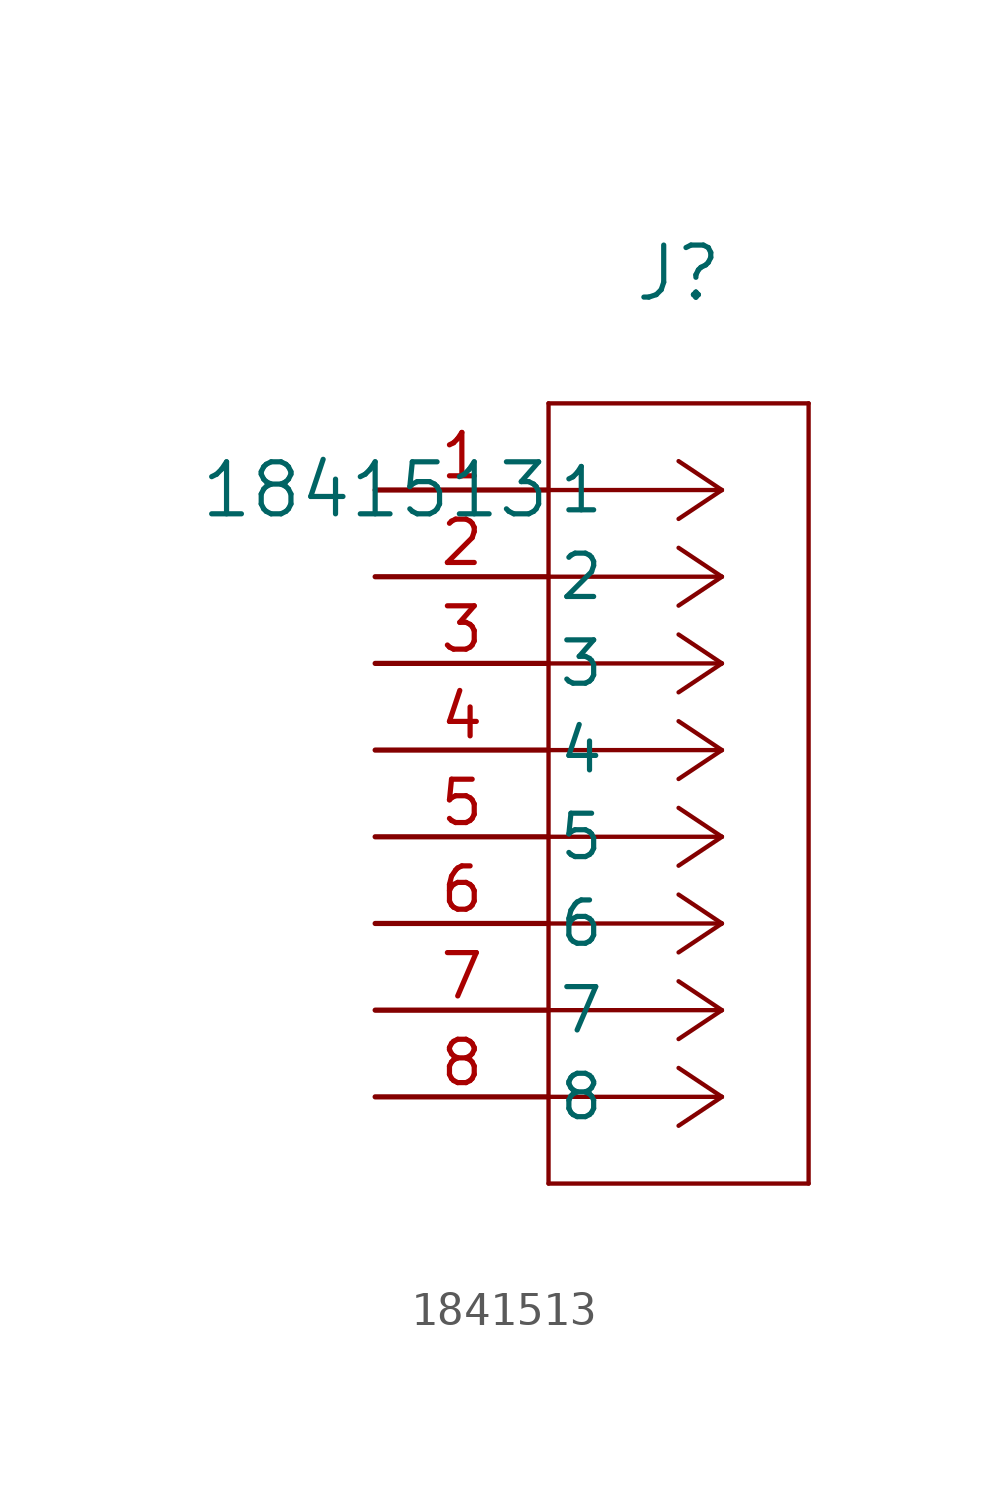
<source format=kicad_sym>
(kicad_symbol_lib
  (version 20211014)
  (generator kicad_symbol_editor)
  (symbol "1841513"
    (pin_names
      (offset 0.254))
    (property "Reference" "J"
      (at 8.89 6.35 0)
      (effects (font (size 1.524 1.524))))
    (property "Value" "1841513"
      (at 0 0 0)
      (effects (font (size 1.524 1.524))))
    (symbol "1841513_0_1"
      (polyline (pts (xy 10.16 0) (xy 5.08 0)) (stroke (width 0.127) (type default) (color 0 0 0 0)) (fill (type none)))
      (polyline (pts (xy 10.16 -2.54) (xy 5.08 -2.54)) (stroke (width 0.127) (type default) (color 0 0 0 0)) (fill (type none)))
      (polyline (pts (xy 10.16 -5.08) (xy 5.08 -5.08)) (stroke (width 0.127) (type default) (color 0 0 0 0)) (fill (type none)))
      (polyline (pts (xy 10.16 -7.62) (xy 5.08 -7.62)) (stroke (width 0.127) (type default) (color 0 0 0 0)) (fill (type none)))
      (polyline (pts (xy 10.16 -10.16) (xy 5.08 -10.16)) (stroke (width 0.127) (type default) (color 0 0 0 0)) (fill (type none)))
      (polyline (pts (xy 10.16 -12.7) (xy 5.08 -12.7)) (stroke (width 0.127) (type default) (color 0 0 0 0)) (fill (type none)))
      (polyline (pts (xy 10.16 -15.24) (xy 5.08 -15.24)) (stroke (width 0.127) (type default) (color 0 0 0 0)) (fill (type none)))
      (polyline (pts (xy 10.16 -17.78) (xy 5.08 -17.78)) (stroke (width 0.127) (type default) (color 0 0 0 0)) (fill (type none)))
      (polyline (pts (xy 10.16 0) (xy 8.89 0.847)) (stroke (width 0.127) (type default) (color 0 0 0 0)) (fill (type none)))
      (polyline (pts (xy 10.16 -2.54) (xy 8.89 -1.693)) (stroke (width 0.127) (type default) (color 0 0 0 0)) (fill (type none)))
      (polyline (pts (xy 10.16 -5.08) (xy 8.89 -4.233)) (stroke (width 0.127) (type default) (color 0 0 0 0)) (fill (type none)))
      (polyline (pts (xy 10.16 -7.62) (xy 8.89 -6.773)) (stroke (width 0.127) (type default) (color 0 0 0 0)) (fill (type none)))
      (polyline (pts (xy 10.16 -10.16) (xy 8.89 -9.313)) (stroke (width 0.127) (type default) (color 0 0 0 0)) (fill (type none)))
      (polyline (pts (xy 10.16 -12.7) (xy 8.89 -11.853)) (stroke (width 0.127) (type default) (color 0 0 0 0)) (fill (type none)))
      (polyline (pts (xy 10.16 -15.24) (xy 8.89 -14.393)) (stroke (width 0.127) (type default) (color 0 0 0 0)) (fill (type none)))
      (polyline (pts (xy 10.16 -17.78) (xy 8.89 -16.933)) (stroke (width 0.127) (type default) (color 0 0 0 0)) (fill (type none)))
      (polyline (pts (xy 10.16 0) (xy 8.89 -0.847)) (stroke (width 0.127) (type default) (color 0 0 0 0)) (fill (type none)))
      (polyline (pts (xy 10.16 -2.54) (xy 8.89 -3.387)) (stroke (width 0.127) (type default) (color 0 0 0 0)) (fill (type none)))
      (polyline (pts (xy 10.16 -5.08) (xy 8.89 -5.927)) (stroke (width 0.127) (type default) (color 0 0 0 0)) (fill (type none)))
      (polyline (pts (xy 10.16 -7.62) (xy 8.89 -8.467)) (stroke (width 0.127) (type default) (color 0 0 0 0)) (fill (type none)))
      (polyline (pts (xy 10.16 -10.16) (xy 8.89 -11.007)) (stroke (width 0.127) (type default) (color 0 0 0 0)) (fill (type none)))
      (polyline (pts (xy 10.16 -12.7) (xy 8.89 -13.547)) (stroke (width 0.127) (type default) (color 0 0 0 0)) (fill (type none)))
      (polyline (pts (xy 10.16 -15.24) (xy 8.89 -16.087)) (stroke (width 0.127) (type default) (color 0 0 0 0)) (fill (type none)))
      (polyline (pts (xy 10.16 -17.78) (xy 8.89 -18.627)) (stroke (width 0.127) (type default) (color 0 0 0 0)) (fill (type none)))
      (polyline (pts (xy 5.08 2.54) (xy 5.08 -20.32)) (stroke (width 0.127) (type default) (color 0 0 0 0)) (fill (type none)))
      (polyline (pts (xy 5.08 -20.32) (xy 12.7 -20.32)) (stroke (width 0.127) (type default) (color 0 0 0 0)) (fill (type none)))
      (polyline (pts (xy 12.7 -20.32) (xy 12.7 2.54)) (stroke (width 0.127) (type default) (color 0 0 0 0)) (fill (type none)))
      (polyline (pts (xy 12.7 2.54) (xy 5.08 2.54)) (stroke (width 0.127) (type default) (color 0 0 0 0)) (fill (type none)))
      (pin unspecified line (at 0 0 0) (length 5.08) (name "1" (effects (font (size 1.27 1.27)))) (number "1" (effects (font (size 1.27 1.27)))))
      (pin unspecified line (at 0 -2.54 0) (length 5.08) (name "2" (effects (font (size 1.27 1.27)))) (number "2" (effects (font (size 1.27 1.27)))))
      (pin unspecified line (at 0 -5.08 0) (length 5.08) (name "3" (effects (font (size 1.27 1.27)))) (number "3" (effects (font (size 1.27 1.27)))))
      (pin unspecified line (at 0 -7.62 0) (length 5.08) (name "4" (effects (font (size 1.27 1.27)))) (number "4" (effects (font (size 1.27 1.27)))))
      (pin unspecified line (at 0 -10.16 0) (length 5.08) (name "5" (effects (font (size 1.27 1.27)))) (number "5" (effects (font (size 1.27 1.27)))))
      (pin unspecified line (at 0 -12.7 0) (length 5.08) (name "6" (effects (font (size 1.27 1.27)))) (number "6" (effects (font (size 1.27 1.27)))))
      (pin unspecified line (at 0 -15.24 0) (length 5.08) (name "7" (effects (font (size 1.27 1.27)))) (number "7" (effects (font (size 1.27 1.27)))))
      (pin unspecified line (at 0 -17.78 0) (length 5.08) (name "8" (effects (font (size 1.27 1.27)))) (number "8" (effects (font (size 1.27 1.27))))))))
</source>
